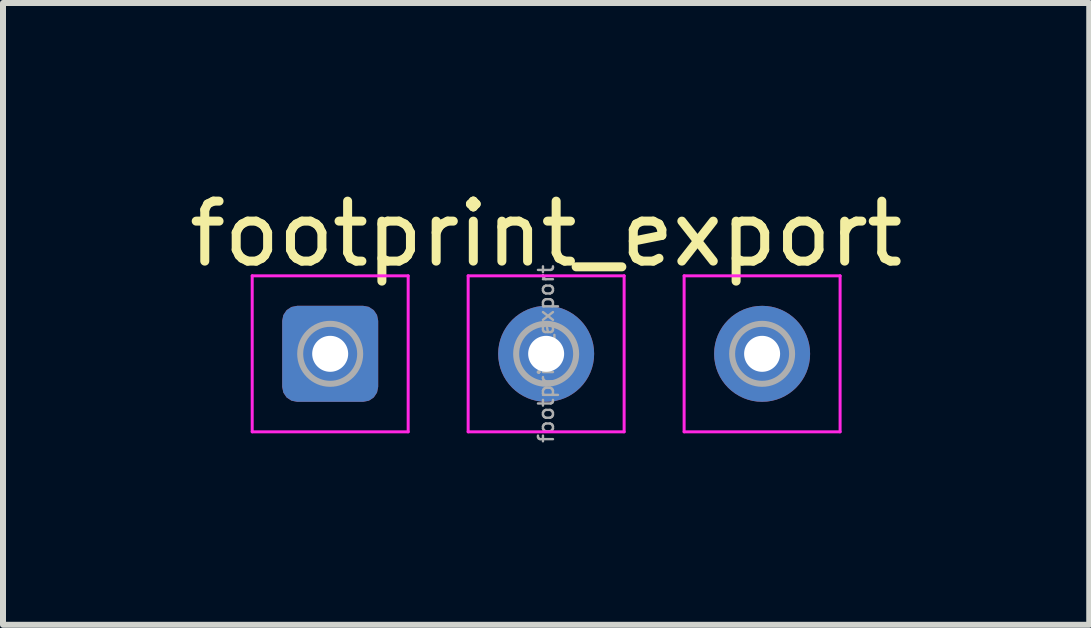
<source format=kicad_pcb>
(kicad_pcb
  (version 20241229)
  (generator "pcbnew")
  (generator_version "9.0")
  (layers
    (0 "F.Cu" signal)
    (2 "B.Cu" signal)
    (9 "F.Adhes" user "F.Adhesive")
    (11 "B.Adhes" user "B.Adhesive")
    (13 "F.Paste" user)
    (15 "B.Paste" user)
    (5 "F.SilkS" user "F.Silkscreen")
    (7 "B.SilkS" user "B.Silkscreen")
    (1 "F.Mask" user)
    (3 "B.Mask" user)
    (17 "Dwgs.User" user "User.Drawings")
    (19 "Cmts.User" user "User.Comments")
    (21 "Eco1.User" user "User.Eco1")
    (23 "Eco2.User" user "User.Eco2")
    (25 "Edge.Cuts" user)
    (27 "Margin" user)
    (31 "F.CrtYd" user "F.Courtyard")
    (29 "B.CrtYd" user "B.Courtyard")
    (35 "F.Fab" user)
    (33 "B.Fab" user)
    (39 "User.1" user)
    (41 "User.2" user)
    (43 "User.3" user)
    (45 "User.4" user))
  (footprint "footprint_export"
    (layer "F.Cu")
    (at 2.454 2.848)
    (property "Reference" "footprint_export" (at 3.6 -2 0) (layer "F.SilkS") (effects (font (size 1 1) (thickness 0.15))))
    (attr exclude_from_pos_files exclude_from_bom)
    (fp_line (start -1.3 -1.3) (end -1.3 1.3) (stroke (width 0.05) (type solid)) (layer "F.CrtYd"))
    (fp_line (start -1.3 1.3) (end 1.3 1.3) (stroke (width 0.05) (type solid)) (layer "F.CrtYd"))
    (fp_line (start 1.3 -1.3) (end -1.3 -1.3) (stroke (width 0.05) (type solid)) (layer "F.CrtYd"))
    (fp_line (start 1.3 1.3) (end 1.3 -1.3) (stroke (width 0.05) (type solid)) (layer "F.CrtYd"))
    (fp_line (start 2.3 -1.3) (end 2.3 1.3) (stroke (width 0.05) (type solid)) (layer "F.CrtYd"))
    (fp_line (start 2.3 1.3) (end 4.9 1.3) (stroke (width 0.05) (type solid)) (layer "F.CrtYd"))
    (fp_line (start 4.9 -1.3) (end 2.3 -1.3) (stroke (width 0.05) (type solid)) (layer "F.CrtYd"))
    (fp_line (start 4.9 1.3) (end 4.9 -1.3) (stroke (width 0.05) (type solid)) (layer "F.CrtYd"))
    (fp_line (start 5.9 -1.3) (end 5.9 1.3) (stroke (width 0.05) (type solid)) (layer "F.CrtYd"))
    (fp_line (start 5.9 1.3) (end 8.5 1.3) (stroke (width 0.05) (type solid)) (layer "F.CrtYd"))
    (fp_line (start 8.5 -1.3) (end 5.9 -1.3) (stroke (width 0.05) (type solid)) (layer "F.CrtYd"))
    (fp_line (start 8.5 1.3) (end 8.5 -1.3) (stroke (width 0.05) (type solid)) (layer "F.CrtYd"))
    (fp_circle (center 0 0) (end 0.5 0) (stroke (width 0.1) (type solid)) (fill no) (layer "F.Fab"))
    (fp_circle (center 3.6 0) (end 4.1 0) (stroke (width 0.1) (type solid)) (fill no) (layer "F.Fab"))
    (fp_circle (center 7.2 0) (end 7.7 0) (stroke (width 0.1) (type solid)) (fill no) (layer "F.Fab"))
    (fp_text user "${REFERENCE}" (at 3.6 0 90) (layer "F.Fab") (effects (font (size 0.25 0.25) (thickness 0.04))))
    (pad "1" thru_hole roundrect (at 0 0) (size 1.6 1.6) (drill 0.6) (layers "*.Cu" "*.Mask") (roundrect_rratio 0.156))
    (pad "2" thru_hole circle (at 3.6 0) (size 1.6 1.6) (drill 0.6) (layers "*.Cu" "*.Mask"))
    (pad "3" thru_hole circle (at 7.2 0) (size 1.6 1.6) (drill 0.6) (layers "*.Cu" "*.Mask")))
  (gr_rect
    (start -3 -3)
    (end 15.107 7.365)
    (stroke (width 0.1) (type default))
    (fill no)
    (layer "Edge.Cuts")))
</source>
